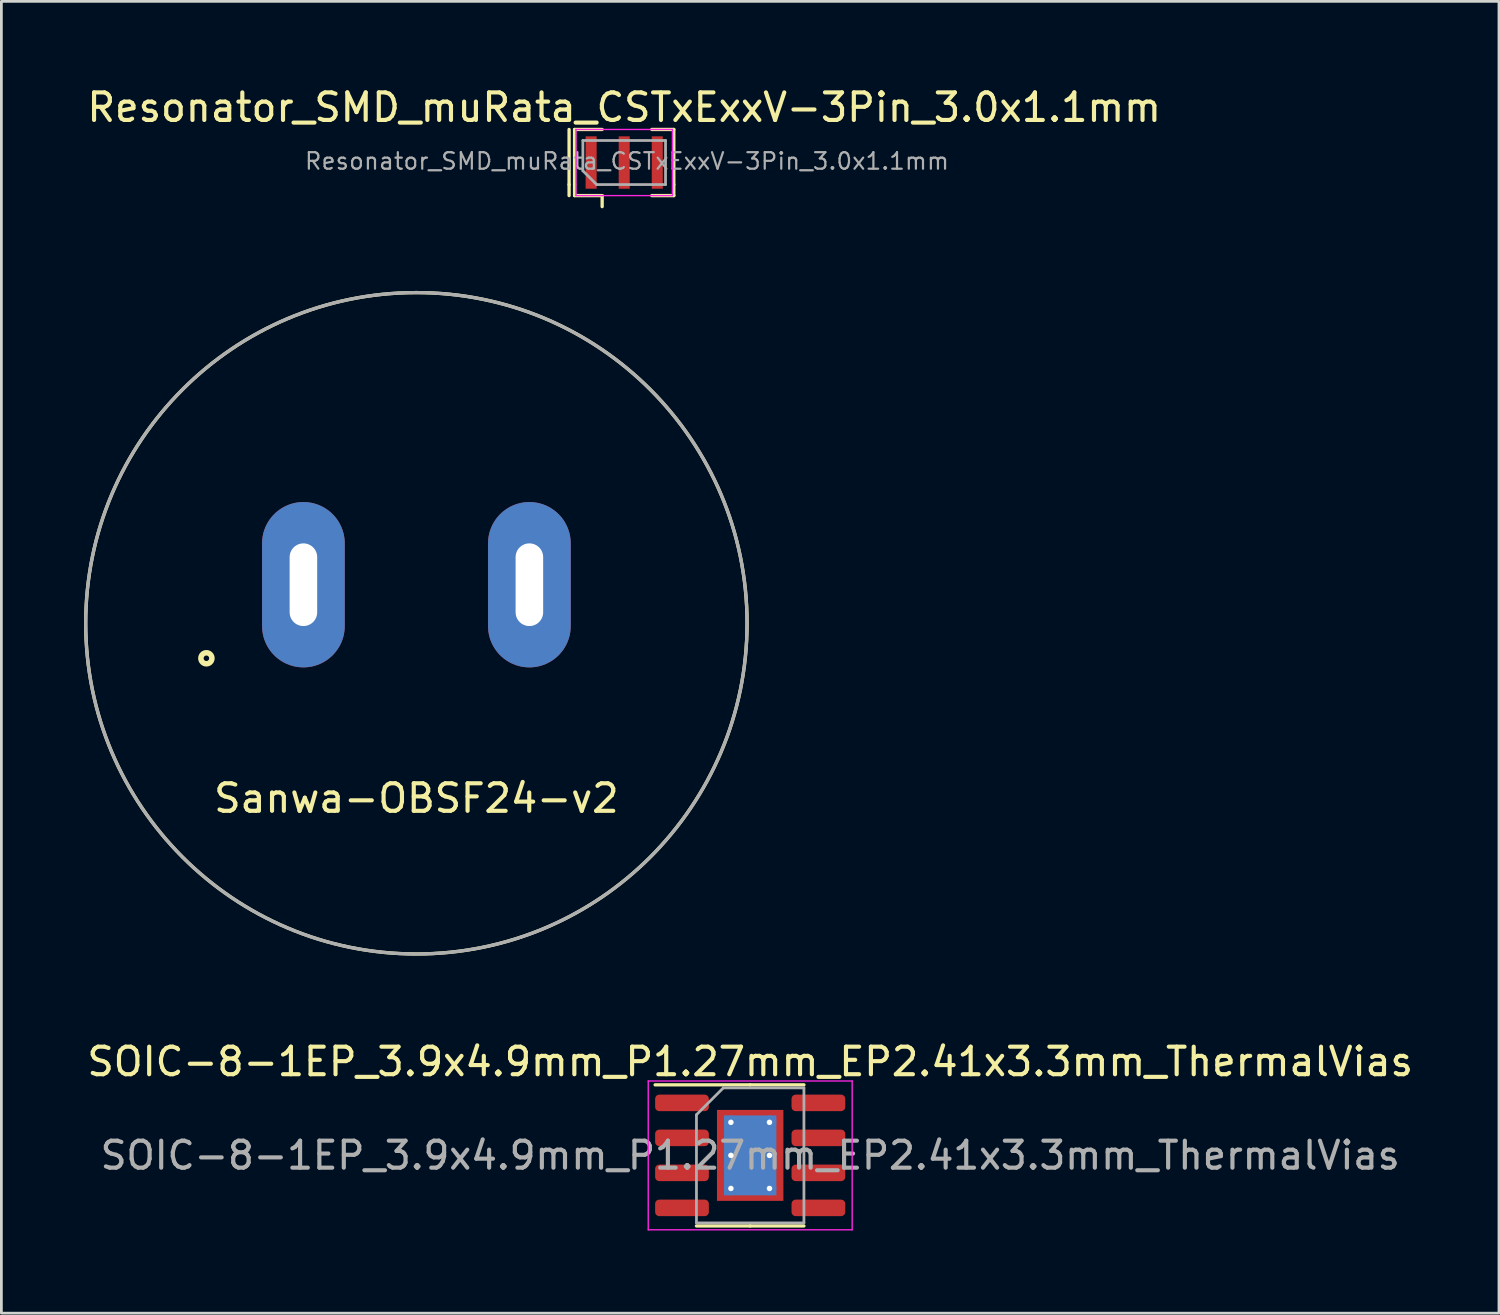
<source format=kicad_pcb>
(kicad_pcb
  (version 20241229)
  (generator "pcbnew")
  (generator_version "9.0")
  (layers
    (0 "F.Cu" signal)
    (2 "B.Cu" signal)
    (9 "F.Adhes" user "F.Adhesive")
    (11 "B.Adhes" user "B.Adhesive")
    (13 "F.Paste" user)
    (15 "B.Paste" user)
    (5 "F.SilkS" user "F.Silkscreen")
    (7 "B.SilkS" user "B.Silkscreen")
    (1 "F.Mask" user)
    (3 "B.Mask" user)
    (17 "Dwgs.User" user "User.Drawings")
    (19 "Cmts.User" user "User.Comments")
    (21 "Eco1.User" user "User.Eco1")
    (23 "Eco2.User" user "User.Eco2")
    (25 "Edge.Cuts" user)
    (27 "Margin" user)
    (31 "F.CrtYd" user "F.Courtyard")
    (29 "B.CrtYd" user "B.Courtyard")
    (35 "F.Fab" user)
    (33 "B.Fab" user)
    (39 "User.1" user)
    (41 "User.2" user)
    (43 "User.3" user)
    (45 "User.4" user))
  (footprint "SOIC-8-1EP_3.9x4.9mm_P1.27mm_EP2.41x3.3mm_ThermalVias"
    (layer "F.Cu")
    (at 24.173 38.877)
    (property "Reference" "SOIC-8-1EP_3.9x4.9mm_P1.27mm_EP2.41x3.3mm_ThermalVias" (at 0 -3.4 0) (layer "F.SilkS") (effects (font (size 1 1) (thickness 0.15))))
    (attr smd)
    (fp_line (start 0 -2.56) (end -3.45 -2.56) (stroke (width 0.12) (type solid)) (layer "F.SilkS"))
    (fp_line (start 0 -2.56) (end 1.95 -2.56) (stroke (width 0.12) (type solid)) (layer "F.SilkS"))
    (fp_line (start 0 2.56) (end -1.95 2.56) (stroke (width 0.12) (type solid)) (layer "F.SilkS"))
    (fp_line (start 0 2.56) (end 1.95 2.56) (stroke (width 0.12) (type solid)) (layer "F.SilkS"))
    (fp_line (start -3.7 -2.7) (end -3.7 2.7) (stroke (width 0.05) (type solid)) (layer "F.CrtYd"))
    (fp_line (start -3.7 2.7) (end 3.7 2.7) (stroke (width 0.05) (type solid)) (layer "F.CrtYd"))
    (fp_line (start 3.7 -2.7) (end -3.7 -2.7) (stroke (width 0.05) (type solid)) (layer "F.CrtYd"))
    (fp_line (start 3.7 2.7) (end 3.7 -2.7) (stroke (width 0.05) (type solid)) (layer "F.CrtYd"))
    (fp_line (start -1.95 -1.475) (end -0.975 -2.45) (stroke (width 0.1) (type solid)) (layer "F.Fab"))
    (fp_line (start -1.95 2.45) (end -1.95 -1.475) (stroke (width 0.1) (type solid)) (layer "F.Fab"))
    (fp_line (start -0.975 -2.45) (end 1.95 -2.45) (stroke (width 0.1) (type solid)) (layer "F.Fab"))
    (fp_line (start 1.95 -2.45) (end 1.95 2.45) (stroke (width 0.1) (type solid)) (layer "F.Fab"))
    (fp_line (start 1.95 2.45) (end -1.95 2.45) (stroke (width 0.1) (type solid)) (layer "F.Fab"))
    (fp_text user "${REFERENCE}" (at 0 0 0) (layer "F.Fab") (effects (font (size 0.98 0.98) (thickness 0.15))))
    (pad "" smd roundrect (at -0.6 -0.825) (size 1.01 1.38) (layers "F.Paste") (roundrect_rratio 0.248))
    (pad "" smd roundrect (at -0.6 0.825) (size 1.01 1.38) (layers "F.Paste") (roundrect_rratio 0.248))
    (pad "" smd roundrect (at 0.6 -0.825) (size 1.01 1.38) (layers "F.Paste") (roundrect_rratio 0.248))
    (pad "" smd roundrect (at 0.6 0.825) (size 1.01 1.38) (layers "F.Paste") (roundrect_rratio 0.248))
    (pad "1" smd roundrect (at -2.475 -1.905) (size 1.95 0.6) (layers "F.Cu" "F.Mask" "F.Paste") (roundrect_rratio 0.25))
    (pad "2" smd roundrect (at -2.475 -0.635) (size 1.95 0.6) (layers "F.Cu" "F.Mask" "F.Paste") (roundrect_rratio 0.25))
    (pad "3" smd roundrect (at -2.475 0.635) (size 1.95 0.6) (layers "F.Cu" "F.Mask" "F.Paste") (roundrect_rratio 0.25))
    (pad "4" smd roundrect (at -2.475 1.905) (size 1.95 0.6) (layers "F.Cu" "F.Mask" "F.Paste") (roundrect_rratio 0.25))
    (pad "5" smd roundrect (at 2.475 1.905) (size 1.95 0.6) (layers "F.Cu" "F.Mask" "F.Paste") (roundrect_rratio 0.25))
    (pad "6" smd roundrect (at 2.475 0.635) (size 1.95 0.6) (layers "F.Cu" "F.Mask" "F.Paste") (roundrect_rratio 0.25))
    (pad "7" smd roundrect (at 2.475 -0.635) (size 1.95 0.6) (layers "F.Cu" "F.Mask" "F.Paste") (roundrect_rratio 0.25))
    (pad "8" smd roundrect (at 2.475 -1.905) (size 1.95 0.6) (layers "F.Cu" "F.Mask" "F.Paste") (roundrect_rratio 0.25))
    (pad "9" thru_hole circle (at -0.7 -1.2) (size 0.5 0.5) (drill 0.2) (layers "*.Cu"))
    (pad "9" thru_hole circle (at -0.7 0) (size 0.5 0.5) (drill 0.2) (layers "*.Cu"))
    (pad "9" thru_hole circle (at -0.7 1.2) (size 0.5 0.5) (drill 0.2) (layers "*.Cu"))
    (pad "9" smd rect (at 0 0) (size 1.9 2.9) (layers "B.Cu"))
    (pad "9" smd rect (at 0 0) (size 2.41 3.3) (layers "F.Cu" "F.Mask"))
    (pad "9" thru_hole circle (at 0.7 -1.2) (size 0.5 0.5) (drill 0.2) (layers "*.Cu"))
    (pad "9" thru_hole circle (at 0.7 0) (size 0.5 0.5) (drill 0.2) (layers "*.Cu"))
    (pad "9" thru_hole circle (at 0.7 1.2) (size 0.5 0.5) (drill 0.2) (layers "*.Cu")))
  (footprint "Resonator_SMD_muRata_CSTxExxV-3Pin_3.0x1.1mm"
    (layer "F.Cu")
    (at 19.601 2.848)
    (property "Reference" "Resonator_SMD_muRata_CSTxExxV-3Pin_3.0x1.1mm" (at 0 -2 0) (layer "F.SilkS") (effects (font (size 1 1) (thickness 0.15))))
    (attr smd)
    (fp_line (start -2 -1.2) (end -2 0.8) (stroke (width 0.12) (type solid)) (layer "F.SilkS"))
    (fp_line (start -2 0.8) (end -2 1.2) (stroke (width 0.12) (type solid)) (layer "F.SilkS"))
    (fp_line (start -1.8 -1.2) (end -0.8 -1.2) (stroke (width 0.12) (type solid)) (layer "F.SilkS"))
    (fp_line (start -1.8 0.8) (end -1.8 -1.2) (stroke (width 0.12) (type solid)) (layer "F.SilkS"))
    (fp_line (start -1.8 0.8) (end -1.8 1.2) (stroke (width 0.12) (type solid)) (layer "F.SilkS"))
    (fp_line (start -0.8 1.2) (end -1.8 1.2) (stroke (width 0.12) (type solid)) (layer "F.SilkS"))
    (fp_line (start -0.8 1.2) (end -0.8 1.6) (stroke (width 0.12) (type solid)) (layer "F.SilkS"))
    (fp_line (start 1 -1.2) (end 1.8 -1.2) (stroke (width 0.12) (type solid)) (layer "F.SilkS"))
    (fp_line (start 1.8 -1.2) (end 1.8 0.8) (stroke (width 0.12) (type solid)) (layer "F.SilkS"))
    (fp_line (start 1.8 0.8) (end 1.8 1.2) (stroke (width 0.12) (type solid)) (layer "F.SilkS"))
    (fp_line (start 1.8 1.2) (end 1 1.2) (stroke (width 0.12) (type solid)) (layer "F.SilkS"))
    (fp_line (start -1.75 -1.2) (end 1.75 -1.2) (stroke (width 0.05) (type solid)) (layer "F.CrtYd"))
    (fp_line (start -1.75 1.2) (end -1.75 -1.2) (stroke (width 0.05) (type solid)) (layer "F.CrtYd"))
    (fp_line (start 1.75 -1.2) (end 1.75 1.2) (stroke (width 0.05) (type solid)) (layer "F.CrtYd"))
    (fp_line (start 1.75 1.2) (end -1.75 1.2) (stroke (width 0.05) (type solid)) (layer "F.CrtYd"))
    (fp_line (start -1.5 0.3) (end -1.5 -0.8) (stroke (width 0.1) (type solid)) (layer "F.Fab"))
    (fp_line (start -1 0.8) (end -1.5 0.3) (stroke (width 0.1) (type solid)) (layer "F.Fab"))
    (fp_line (start -1 0.8) (end 1.5 0.8) (stroke (width 0.1) (type solid)) (layer "F.Fab"))
    (fp_line (start 1.5 -0.8) (end -1.5 -0.8) (stroke (width 0.1) (type solid)) (layer "F.Fab"))
    (fp_line (start 1.5 0.8) (end 1.5 -0.8) (stroke (width 0.1) (type solid)) (layer "F.Fab"))
    (fp_text user "${REFERENCE}" (at 0.1 -0.05 0) (layer "F.Fab") (effects (font (size 0.6 0.6) (thickness 0.08))))
    (pad "1" smd rect (at -1.2 0) (size 0.4 1.9) (layers "F.Cu" "F.Mask" "F.Paste"))
    (pad "2" smd rect (at 0 0) (size 0.4 1.9) (layers "F.Cu" "F.Mask" "F.Paste"))
    (pad "3" smd rect (at 1.2 0) (size 0.4 1.9) (layers "F.Cu" "F.Mask" "F.Paste")))
  (footprint "Sanwa-OBSF24-v2"
    (layer "F.Cu")
    (at 12.06 19.568)
    (property "Reference" "Sanwa-OBSF24-v2" (at 0 6.35 0) (layer "F.SilkS") (effects (font (size 1 1) (thickness 0.15))))
    (attr through_hole)
    (fp_circle (center -7.62 1.27) (end -7.42 1.27) (stroke (width 0.2) (type solid)) (fill no) (layer "F.SilkS"))
    (fp_circle (center 0 0) (end 12 0) (stroke (width 0.12) (type solid)) (fill no) (layer "F.SilkS"))
    (fp_circle (center 0 0) (end 12 0) (stroke (width 0.12) (type solid)) (fill no) (layer "F.Fab"))
    (pad "1" thru_hole oval (at -4.1 -1.4) (size 3 6) (drill oval 1 3) (layers "*.Cu" "*.Mask"))
    (pad "2" thru_hole oval (at 4.1 -1.4) (size 3 6) (drill oval 1 3) (layers "*.Cu" "*.Mask")))
  (gr_rect
    (start -3 -3)
    (end 51.345 44.602)
    (stroke (width 0.1) (type default))
    (fill no)
    (layer "Edge.Cuts")))
</source>
